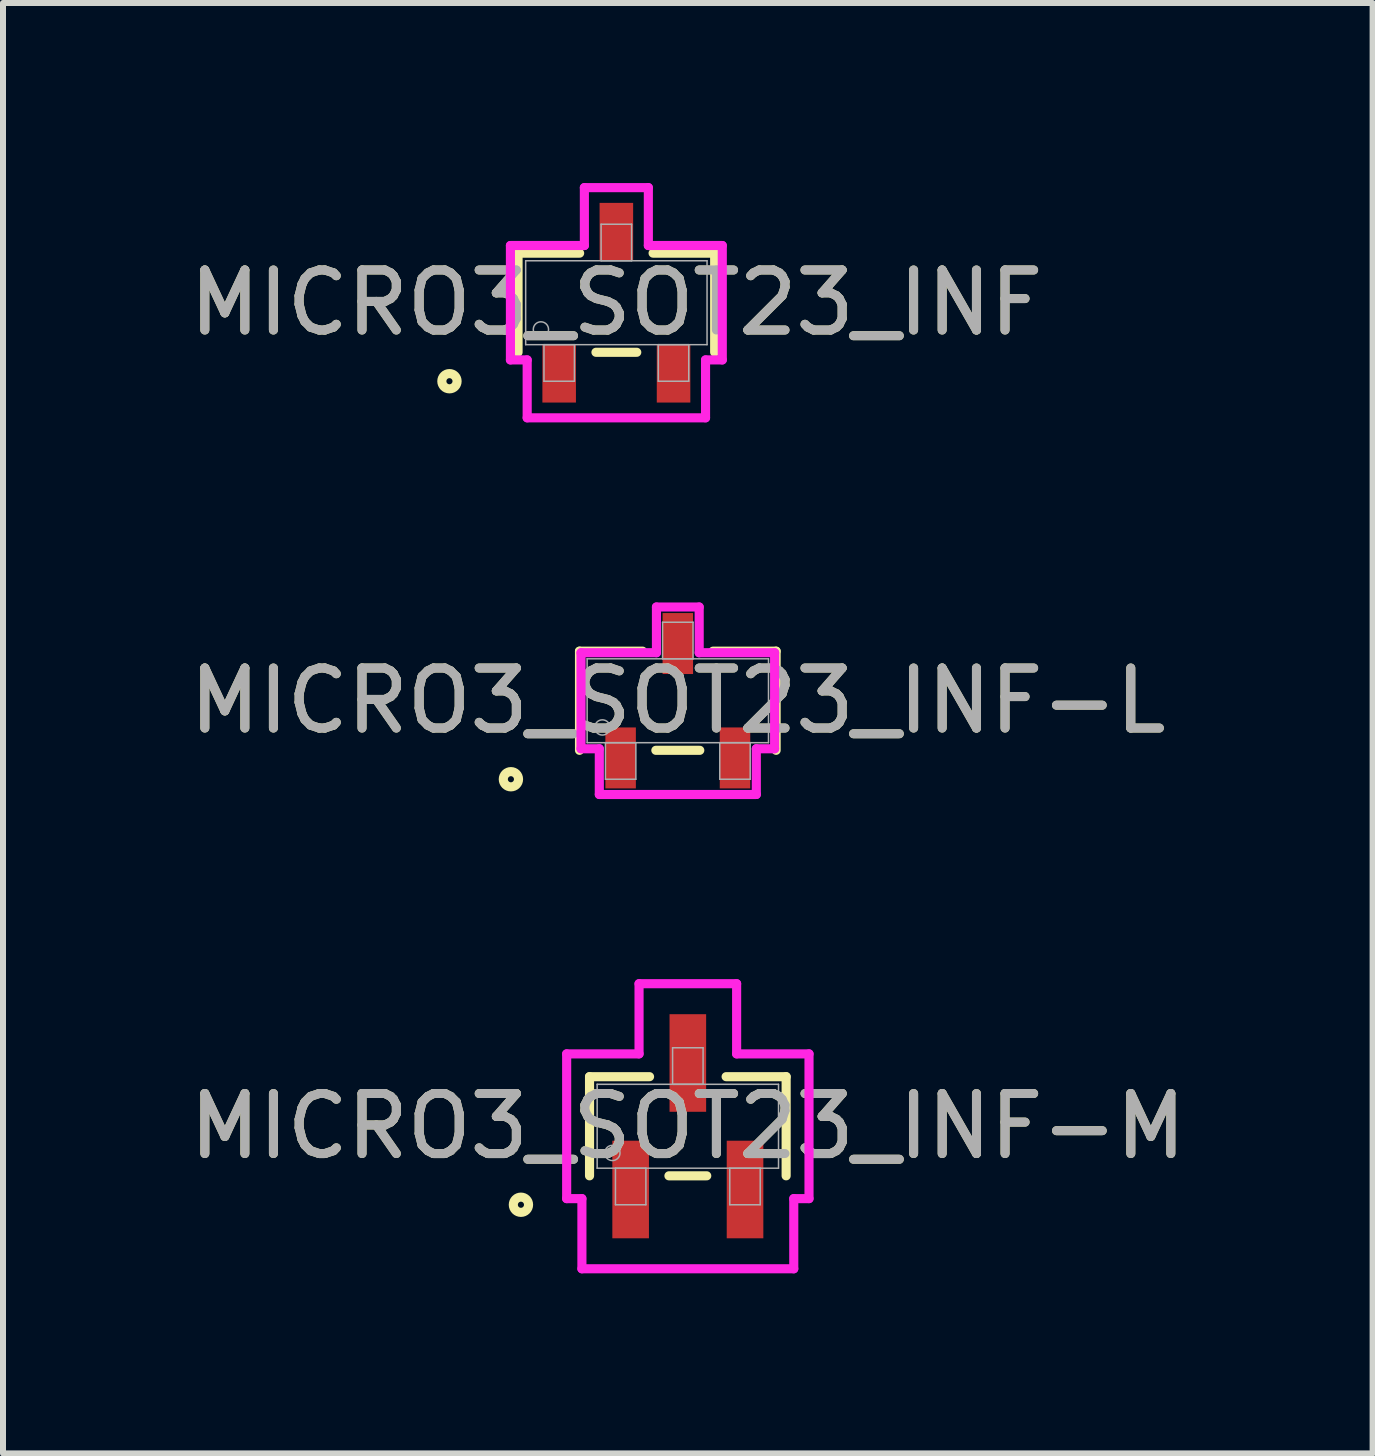
<source format=kicad_pcb>
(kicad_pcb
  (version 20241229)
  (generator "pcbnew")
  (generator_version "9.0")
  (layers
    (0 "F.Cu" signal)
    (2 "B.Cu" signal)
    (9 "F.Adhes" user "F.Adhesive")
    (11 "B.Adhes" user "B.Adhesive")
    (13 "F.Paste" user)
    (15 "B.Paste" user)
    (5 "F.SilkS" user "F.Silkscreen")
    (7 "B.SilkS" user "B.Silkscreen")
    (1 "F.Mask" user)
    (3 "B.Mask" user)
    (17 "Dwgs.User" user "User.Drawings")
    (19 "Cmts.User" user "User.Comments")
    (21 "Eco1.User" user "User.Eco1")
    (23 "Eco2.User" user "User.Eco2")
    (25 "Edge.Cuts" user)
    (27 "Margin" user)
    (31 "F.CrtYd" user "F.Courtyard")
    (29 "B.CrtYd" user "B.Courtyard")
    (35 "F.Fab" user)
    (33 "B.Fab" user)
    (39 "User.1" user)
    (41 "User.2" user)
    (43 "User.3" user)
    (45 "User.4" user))
  (footprint "MICRO3_SOT23_INF-L"
    (layer "F.Cu")
    (at 8.244 8.626)
    (property "Reference" "MICRO3_SOT23_INF-L" (at 0 0 0) (unlocked yes) (layer "F.SilkS") (effects (font (size 1 1) (thickness 0.15))))
    (attr smd)
    (fp_line (start -1.638 -0.826) (end -1.638 0.826) (stroke (width 0.152) (type solid)) (layer "F.SilkS"))
    (fp_line (start -0.587 -0.826) (end -1.638 -0.826) (stroke (width 0.152) (type solid)) (layer "F.SilkS"))
    (fp_line (start -0.366 0.826) (end 0.366 0.826) (stroke (width 0.152) (type solid)) (layer "F.SilkS"))
    (fp_line (start 1.638 -0.826) (end 0.587 -0.826) (stroke (width 0.152) (type solid)) (layer "F.SilkS"))
    (fp_line (start 1.638 0.826) (end 1.638 -0.826) (stroke (width 0.152) (type solid)) (layer "F.SilkS"))
    (fp_circle (center -2.781 1.308) (end -2.654 1.308) (stroke (width 0.152) (type solid)) (fill no) (layer "F.SilkS"))
    (fp_line (start -1.613 -0.8) (end -0.356 -0.8) (stroke (width 0.152) (type solid)) (layer "F.CrtYd"))
    (fp_line (start -1.613 0.8) (end -1.613 -0.8) (stroke (width 0.152) (type solid)) (layer "F.CrtYd"))
    (fp_line (start -1.613 0.8) (end -1.308 0.8) (stroke (width 0.152) (type solid)) (layer "F.CrtYd"))
    (fp_line (start -1.308 0.8) (end -1.308 1.562) (stroke (width 0.152) (type solid)) (layer "F.CrtYd"))
    (fp_line (start -1.308 1.562) (end 1.308 1.562) (stroke (width 0.152) (type solid)) (layer "F.CrtYd"))
    (fp_line (start -0.356 -1.562) (end 0.356 -1.562) (stroke (width 0.152) (type solid)) (layer "F.CrtYd"))
    (fp_line (start -0.356 -0.8) (end -0.356 -1.562) (stroke (width 0.152) (type solid)) (layer "F.CrtYd"))
    (fp_line (start 0.356 -0.8) (end 0.356 -1.562) (stroke (width 0.152) (type solid)) (layer "F.CrtYd"))
    (fp_line (start 1.308 0.8) (end 1.308 1.562) (stroke (width 0.152) (type solid)) (layer "F.CrtYd"))
    (fp_line (start 1.613 -0.8) (end 0.356 -0.8) (stroke (width 0.152) (type solid)) (layer "F.CrtYd"))
    (fp_line (start 1.613 -0.8) (end 1.613 0.8) (stroke (width 0.152) (type solid)) (layer "F.CrtYd"))
    (fp_line (start 1.613 0.8) (end 1.308 0.8) (stroke (width 0.152) (type solid)) (layer "F.CrtYd"))
    (fp_line (start -1.511 -0.699) (end -1.511 0.699) (stroke (width 0.025) (type solid)) (layer "F.Fab"))
    (fp_line (start -1.511 0.699) (end 1.511 0.699) (stroke (width 0.025) (type solid)) (layer "F.Fab"))
    (fp_line (start -1.206 0.699) (end -1.206 1.308) (stroke (width 0.025) (type solid)) (layer "F.Fab"))
    (fp_line (start -1.206 1.308) (end -0.699 1.308) (stroke (width 0.025) (type solid)) (layer "F.Fab"))
    (fp_line (start -0.699 0.699) (end -1.206 0.699) (stroke (width 0.025) (type solid)) (layer "F.Fab"))
    (fp_line (start -0.699 1.308) (end -0.699 0.699) (stroke (width 0.025) (type solid)) (layer "F.Fab"))
    (fp_line (start -0.254 -1.308) (end -0.254 -0.699) (stroke (width 0.025) (type solid)) (layer "F.Fab"))
    (fp_line (start -0.254 -0.699) (end 0.254 -0.699) (stroke (width 0.025) (type solid)) (layer "F.Fab"))
    (fp_line (start 0.254 -1.308) (end -0.254 -1.308) (stroke (width 0.025) (type solid)) (layer "F.Fab"))
    (fp_line (start 0.254 -0.699) (end 0.254 -1.308) (stroke (width 0.025) (type solid)) (layer "F.Fab"))
    (fp_line (start 0.699 0.699) (end 0.699 1.308) (stroke (width 0.025) (type solid)) (layer "F.Fab"))
    (fp_line (start 0.699 1.308) (end 1.206 1.308) (stroke (width 0.025) (type solid)) (layer "F.Fab"))
    (fp_line (start 1.206 0.699) (end 0.699 0.699) (stroke (width 0.025) (type solid)) (layer "F.Fab"))
    (fp_line (start 1.206 1.308) (end 1.206 0.699) (stroke (width 0.025) (type solid)) (layer "F.Fab"))
    (fp_line (start 1.511 -0.699) (end -1.511 -0.699) (stroke (width 0.025) (type solid)) (layer "F.Fab"))
    (fp_line (start 1.511 0.699) (end 1.511 -0.699) (stroke (width 0.025) (type solid)) (layer "F.Fab"))
    (fp_circle (center -1.257 0.445) (end -1.13 0.445) (stroke (width 0.025) (type solid)) (fill no) (layer "F.Fab"))
    (fp_text user "${REFERENCE}" (at 0 0 0) (unlocked yes) (layer "F.Fab") (effects (font (size 1 1) (thickness 0.15))))
    (pad "1" smd rect (at -0.953 0.953) (size 0.508 1.016) (layers "F.Cu" "F.Mask" "F.Paste"))
    (pad "2" smd rect (at 0.953 0.953) (size 0.508 1.016) (layers "F.Cu" "F.Mask" "F.Paste"))
    (pad "3" smd rect (at 0 -0.953) (size 0.508 1.016) (layers "F.Cu" "F.Mask" "F.Paste")))
  (footprint "MICRO3_SOT23_INF-M"
    (layer "F.Cu")
    (at 8.411 15.716)
    (property "Reference" "MICRO3_SOT23_INF-M" (at 0 0 0) (unlocked yes) (layer "F.SilkS") (effects (font (size 1 1) (thickness 0.15))))
    (attr smd)
    (fp_line (start -1.638 -0.826) (end -1.638 0.826) (stroke (width 0.152) (type solid)) (layer "F.SilkS"))
    (fp_line (start -0.638 -0.826) (end -1.638 -0.826) (stroke (width 0.152) (type solid)) (layer "F.SilkS"))
    (fp_line (start -0.315 0.826) (end 0.315 0.826) (stroke (width 0.152) (type solid)) (layer "F.SilkS"))
    (fp_line (start 1.638 -0.826) (end 0.638 -0.826) (stroke (width 0.152) (type solid)) (layer "F.SilkS"))
    (fp_line (start 1.638 0.826) (end 1.638 -0.826) (stroke (width 0.152) (type solid)) (layer "F.SilkS"))
    (fp_circle (center -2.781 1.308) (end -2.654 1.308) (stroke (width 0.152) (type solid)) (fill no) (layer "F.SilkS"))
    (fp_line (start -2.019 -1.206) (end -0.813 -1.206) (stroke (width 0.152) (type solid)) (layer "F.CrtYd"))
    (fp_line (start -2.019 1.206) (end -2.019 -1.206) (stroke (width 0.152) (type solid)) (layer "F.CrtYd"))
    (fp_line (start -2.019 1.206) (end -1.765 1.206) (stroke (width 0.152) (type solid)) (layer "F.CrtYd"))
    (fp_line (start -1.765 1.206) (end -1.765 2.375) (stroke (width 0.152) (type solid)) (layer "F.CrtYd"))
    (fp_line (start -1.765 2.375) (end 1.765 2.375) (stroke (width 0.152) (type solid)) (layer "F.CrtYd"))
    (fp_line (start -0.813 -2.375) (end 0.813 -2.375) (stroke (width 0.152) (type solid)) (layer "F.CrtYd"))
    (fp_line (start -0.813 -1.206) (end -0.813 -2.375) (stroke (width 0.152) (type solid)) (layer "F.CrtYd"))
    (fp_line (start 0.813 -1.206) (end 0.813 -2.375) (stroke (width 0.152) (type solid)) (layer "F.CrtYd"))
    (fp_line (start 1.765 1.206) (end 1.765 2.375) (stroke (width 0.152) (type solid)) (layer "F.CrtYd"))
    (fp_line (start 2.019 -1.206) (end 0.813 -1.206) (stroke (width 0.152) (type solid)) (layer "F.CrtYd"))
    (fp_line (start 2.019 -1.206) (end 2.019 1.206) (stroke (width 0.152) (type solid)) (layer "F.CrtYd"))
    (fp_line (start 2.019 1.206) (end 1.765 1.206) (stroke (width 0.152) (type solid)) (layer "F.CrtYd"))
    (fp_line (start -1.511 -0.699) (end -1.511 0.699) (stroke (width 0.025) (type solid)) (layer "F.Fab"))
    (fp_line (start -1.511 0.699) (end 1.511 0.699) (stroke (width 0.025) (type solid)) (layer "F.Fab"))
    (fp_line (start -1.206 0.699) (end -1.206 1.308) (stroke (width 0.025) (type solid)) (layer "F.Fab"))
    (fp_line (start -1.206 1.308) (end -0.699 1.308) (stroke (width 0.025) (type solid)) (layer "F.Fab"))
    (fp_line (start -0.699 0.699) (end -1.206 0.699) (stroke (width 0.025) (type solid)) (layer "F.Fab"))
    (fp_line (start -0.699 1.308) (end -0.699 0.699) (stroke (width 0.025) (type solid)) (layer "F.Fab"))
    (fp_line (start -0.254 -1.308) (end -0.254 -0.699) (stroke (width 0.025) (type solid)) (layer "F.Fab"))
    (fp_line (start -0.254 -0.699) (end 0.254 -0.699) (stroke (width 0.025) (type solid)) (layer "F.Fab"))
    (fp_line (start 0.254 -1.308) (end -0.254 -1.308) (stroke (width 0.025) (type solid)) (layer "F.Fab"))
    (fp_line (start 0.254 -0.699) (end 0.254 -1.308) (stroke (width 0.025) (type solid)) (layer "F.Fab"))
    (fp_line (start 0.699 0.699) (end 0.699 1.308) (stroke (width 0.025) (type solid)) (layer "F.Fab"))
    (fp_line (start 0.699 1.308) (end 1.206 1.308) (stroke (width 0.025) (type solid)) (layer "F.Fab"))
    (fp_line (start 1.206 0.699) (end 0.699 0.699) (stroke (width 0.025) (type solid)) (layer "F.Fab"))
    (fp_line (start 1.206 1.308) (end 1.206 0.699) (stroke (width 0.025) (type solid)) (layer "F.Fab"))
    (fp_line (start 1.511 -0.699) (end -1.511 -0.699) (stroke (width 0.025) (type solid)) (layer "F.Fab"))
    (fp_line (start 1.511 0.699) (end 1.511 -0.699) (stroke (width 0.025) (type solid)) (layer "F.Fab"))
    (fp_circle (center -1.257 0.445) (end -1.13 0.445) (stroke (width 0.025) (type solid)) (fill no) (layer "F.Fab"))
    (fp_text user "${REFERENCE}" (at 0 0 0) (unlocked yes) (layer "F.Fab") (effects (font (size 1 1) (thickness 0.15))))
    (pad "1" smd rect (at -0.953 1.054) (size 0.61 1.626) (layers "F.Cu" "F.Mask" "F.Paste"))
    (pad "2" smd rect (at 0.953 1.054) (size 0.61 1.626) (layers "F.Cu" "F.Mask" "F.Paste"))
    (pad "3" smd rect (at 0 -1.054) (size 0.61 1.626) (layers "F.Cu" "F.Mask" "F.Paste")))
  (footprint "MICRO3_SOT23_INF"
    (layer "F.Cu")
    (at 7.22 1.994)
    (property "Reference" "MICRO3_SOT23_INF" (at 0 0 0) (unlocked yes) (layer "F.SilkS") (effects (font (size 1 1) (thickness 0.15))))
    (attr smd)
    (fp_line (start -1.638 -0.826) (end -1.638 0.826) (stroke (width 0.152) (type solid)) (layer "F.SilkS"))
    (fp_line (start -0.612 -0.826) (end -1.638 -0.826) (stroke (width 0.152) (type solid)) (layer "F.SilkS"))
    (fp_line (start -0.34 0.826) (end 0.34 0.826) (stroke (width 0.152) (type solid)) (layer "F.SilkS"))
    (fp_line (start 1.638 -0.826) (end 0.612 -0.826) (stroke (width 0.152) (type solid)) (layer "F.SilkS"))
    (fp_line (start 1.638 0.826) (end 1.638 -0.826) (stroke (width 0.152) (type solid)) (layer "F.SilkS"))
    (fp_circle (center -2.781 1.308) (end -2.654 1.308) (stroke (width 0.152) (type solid)) (fill no) (layer "F.SilkS"))
    (fp_line (start -1.765 -0.953) (end -0.533 -0.953) (stroke (width 0.152) (type solid)) (layer "F.CrtYd"))
    (fp_line (start -1.765 0.953) (end -1.765 -0.953) (stroke (width 0.152) (type solid)) (layer "F.CrtYd"))
    (fp_line (start -1.765 0.953) (end -1.486 0.953) (stroke (width 0.152) (type solid)) (layer "F.CrtYd"))
    (fp_line (start -1.486 0.953) (end -1.486 1.918) (stroke (width 0.152) (type solid)) (layer "F.CrtYd"))
    (fp_line (start -1.486 1.918) (end 1.486 1.918) (stroke (width 0.152) (type solid)) (layer "F.CrtYd"))
    (fp_line (start -0.533 -1.918) (end 0.533 -1.918) (stroke (width 0.152) (type solid)) (layer "F.CrtYd"))
    (fp_line (start -0.533 -0.953) (end -0.533 -1.918) (stroke (width 0.152) (type solid)) (layer "F.CrtYd"))
    (fp_line (start 0.533 -0.953) (end 0.533 -1.918) (stroke (width 0.152) (type solid)) (layer "F.CrtYd"))
    (fp_line (start 1.486 0.953) (end 1.486 1.918) (stroke (width 0.152) (type solid)) (layer "F.CrtYd"))
    (fp_line (start 1.765 -0.953) (end 0.533 -0.953) (stroke (width 0.152) (type solid)) (layer "F.CrtYd"))
    (fp_line (start 1.765 -0.953) (end 1.765 0.953) (stroke (width 0.152) (type solid)) (layer "F.CrtYd"))
    (fp_line (start 1.765 0.953) (end 1.486 0.953) (stroke (width 0.152) (type solid)) (layer "F.CrtYd"))
    (fp_line (start -1.511 -0.699) (end -1.511 0.699) (stroke (width 0.025) (type solid)) (layer "F.Fab"))
    (fp_line (start -1.511 0.699) (end 1.511 0.699) (stroke (width 0.025) (type solid)) (layer "F.Fab"))
    (fp_line (start -1.206 0.699) (end -1.206 1.308) (stroke (width 0.025) (type solid)) (layer "F.Fab"))
    (fp_line (start -1.206 1.308) (end -0.699 1.308) (stroke (width 0.025) (type solid)) (layer "F.Fab"))
    (fp_line (start -0.699 0.699) (end -1.206 0.699) (stroke (width 0.025) (type solid)) (layer "F.Fab"))
    (fp_line (start -0.699 1.308) (end -0.699 0.699) (stroke (width 0.025) (type solid)) (layer "F.Fab"))
    (fp_line (start -0.254 -1.308) (end -0.254 -0.699) (stroke (width 0.025) (type solid)) (layer "F.Fab"))
    (fp_line (start -0.254 -0.699) (end 0.254 -0.699) (stroke (width 0.025) (type solid)) (layer "F.Fab"))
    (fp_line (start 0.254 -1.308) (end -0.254 -1.308) (stroke (width 0.025) (type solid)) (layer "F.Fab"))
    (fp_line (start 0.254 -0.699) (end 0.254 -1.308) (stroke (width 0.025) (type solid)) (layer "F.Fab"))
    (fp_line (start 0.699 0.699) (end 0.699 1.308) (stroke (width 0.025) (type solid)) (layer "F.Fab"))
    (fp_line (start 0.699 1.308) (end 1.206 1.308) (stroke (width 0.025) (type solid)) (layer "F.Fab"))
    (fp_line (start 1.206 0.699) (end 0.699 0.699) (stroke (width 0.025) (type solid)) (layer "F.Fab"))
    (fp_line (start 1.206 1.308) (end 1.206 0.699) (stroke (width 0.025) (type solid)) (layer "F.Fab"))
    (fp_line (start 1.511 -0.699) (end -1.511 -0.699) (stroke (width 0.025) (type solid)) (layer "F.Fab"))
    (fp_line (start 1.511 0.699) (end 1.511 -0.699) (stroke (width 0.025) (type solid)) (layer "F.Fab"))
    (fp_circle (center -1.257 0.445) (end -1.13 0.445) (stroke (width 0.025) (type solid)) (fill no) (layer "F.Fab"))
    (fp_text user "${REFERENCE}" (at 0 0 0) (unlocked yes) (layer "F.Fab") (effects (font (size 1 1) (thickness 0.15))))
    (pad "1" smd rect (at -0.953 1.181) (size 0.559 0.965) (layers "F.Cu" "F.Mask" "F.Paste"))
    (pad "2" smd rect (at 0.953 1.181) (size 0.559 0.965) (layers "F.Cu" "F.Mask" "F.Paste"))
    (pad "3" smd rect (at 0 -1.181) (size 0.559 0.965) (layers "F.Cu" "F.Mask" "F.Paste")))
  (gr_rect
    (start -3 -3)
    (end 19.821 21.167)
    (stroke (width 0.1) (type default))
    (fill no)
    (layer "Edge.Cuts")))
</source>
